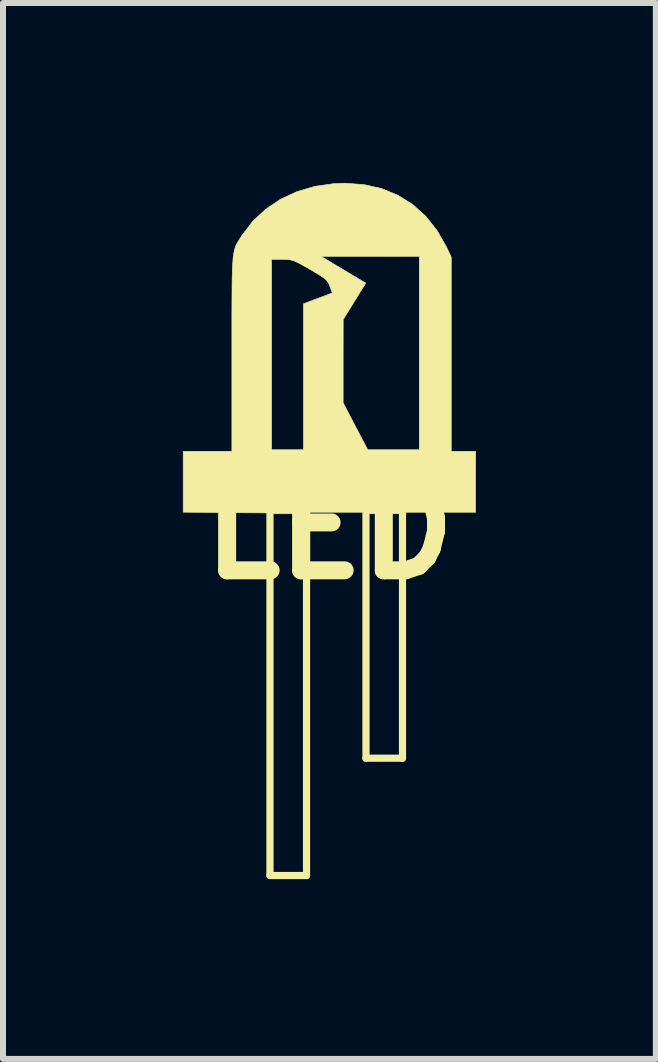
<source format=kicad_pcb>
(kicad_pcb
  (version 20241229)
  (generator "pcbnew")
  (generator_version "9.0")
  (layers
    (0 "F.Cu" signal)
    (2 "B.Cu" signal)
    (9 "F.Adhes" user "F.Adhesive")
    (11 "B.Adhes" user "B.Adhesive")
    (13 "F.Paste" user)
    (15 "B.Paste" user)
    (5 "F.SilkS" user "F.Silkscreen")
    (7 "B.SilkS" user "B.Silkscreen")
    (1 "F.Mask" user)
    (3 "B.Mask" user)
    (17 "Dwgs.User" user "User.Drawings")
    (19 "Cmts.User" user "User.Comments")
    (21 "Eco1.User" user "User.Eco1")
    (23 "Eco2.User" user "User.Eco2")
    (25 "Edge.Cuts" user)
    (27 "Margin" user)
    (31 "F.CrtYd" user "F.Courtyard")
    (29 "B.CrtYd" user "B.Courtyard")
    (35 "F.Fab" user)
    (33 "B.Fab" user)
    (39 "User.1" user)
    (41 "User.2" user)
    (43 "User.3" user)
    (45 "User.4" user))
  (footprint "LED"
    (layer "F.Cu")
    (at 2.443 5.771)
    (property "Reference" "LED" (at 0 0 0) (layer "F.SilkS") (effects (font (size 1.524 1.524) (thickness 0.3))))
    (attr through_hole)
    (fp_line (start -0.991 -0.254) (end -0.991 5.779) (stroke (width 0.12) (type solid)) (layer "F.SilkS"))
    (fp_line (start -0.991 5.779) (end -0.381 5.779) (stroke (width 0.12) (type solid)) (layer "F.SilkS"))
    (fp_line (start -0.381 5.779) (end -0.381 -0.267) (stroke (width 0.12) (type solid)) (layer "F.SilkS"))
    (fp_line (start 0.61 -0.305) (end 0.61 3.823) (stroke (width 0.12) (type solid)) (layer "F.SilkS"))
    (fp_line (start 0.61 3.823) (end 1.219 3.823) (stroke (width 0.12) (type solid)) (layer "F.SilkS"))
    (fp_line (start 1.219 3.823) (end 1.219 -0.343) (stroke (width 0.12) (type solid)) (layer "F.SilkS"))
    (fp_poly (pts (xy 0.575 -5.743) (xy 0.872 -5.676) (xy 1.144 -5.564) (xy 1.39 -5.41) (xy 1.608 -5.214) (xy 1.796 -4.977) (xy 1.954 -4.7) (xy 1.957 -4.693) (xy 2.032 -4.534) (xy 2.032 -2.915) (xy 2.032 -1.295) (xy 2.438 -1.295) (xy 2.438 -0.279) (xy 1.245 -0.279) (xy 1.245 3.835) (xy 0.584 3.835) (xy 0.584 -0.254) (xy 0.635 -0.254) (xy 0.635 3.81) (xy 1.194 3.81) (xy 1.194 -0.254) (xy 0.635 -0.254) (xy 0.584 -0.254) (xy 0.584 -0.279) (xy -0.356 -0.279) (xy -0.356 5.791) (xy -0.99 5.791) (xy -1.003 -0.254) (xy -0.965 -0.254) (xy -0.965 5.766) (xy -0.406 5.766) (xy -0.406 -0.254) (xy -0.965 -0.254) (xy -1.003 -0.254) (xy -1.003 -0.267) (xy -1.721 -0.273) (xy -2.438 -0.28) (xy -2.438 -1.295) (xy -1.626 -1.295) (xy -1.626 -2.931) (xy -1.626 -3.265) (xy -1.626 -3.553) (xy -1.625 -3.798) (xy -1.624 -4.005) (xy -1.622 -4.177) (xy -1.618 -4.318) (xy -1.612 -4.433) (xy -1.607 -4.496) (xy -0.965 -4.496) (xy -0.965 -1.321) (xy -0.432 -1.321) (xy -0.432 -3.755) (xy -0.26 -3.819) (xy -0.164 -3.856) (xy -0.077 -3.888) (xy -0.02 -3.91) (xy 0.049 -3.935) (xy 0.007 -4.048) (xy -0.013 -4.096) (xy -0.039 -4.136) (xy -0.078 -4.174) (xy -0.139 -4.218) (xy -0.229 -4.273) (xy -0.324 -4.329) (xy -0.443 -4.397) (xy -0.53 -4.443) (xy -0.597 -4.473) (xy -0.654 -4.488) (xy -0.713 -4.495) (xy -0.786 -4.496) (xy -0.789 -4.496) (xy -0.965 -4.496) (xy -1.607 -4.496) (xy -1.605 -4.526) (xy -1.602 -4.546) (xy -0.14 -4.546) (xy 0.606 -4.1) (xy 0.418 -3.796) (xy 0.23 -3.493) (xy 0.229 -2.798) (xy 0.229 -2.104) (xy 0.434 -1.712) (xy 0.639 -1.321) (xy 1.499 -1.321) (xy 1.499 -4.547) (xy 0.679 -4.546) (xy -0.14 -4.546) (xy -1.602 -4.546) (xy -1.594 -4.601) (xy -1.581 -4.661) (xy -1.565 -4.711) (xy -1.545 -4.755) (xy -1.521 -4.797) (xy -1.493 -4.841) (xy -1.46 -4.892) (xy -1.457 -4.897) (xy -1.277 -5.132) (xy -1.061 -5.333) (xy -0.814 -5.499) (xy -0.539 -5.626) (xy -0.241 -5.714) (xy 0.077 -5.759) (xy 0.255 -5.766) (xy 0.575 -5.743)) (stroke (width 0.01) (type solid)) (fill yes) (layer "F.SilkS")))
  (gr_rect
    (start -3 -3)
    (end 7.887 14.609)
    (stroke (width 0.1) (type default))
    (fill no)
    (layer "Edge.Cuts")))
</source>
